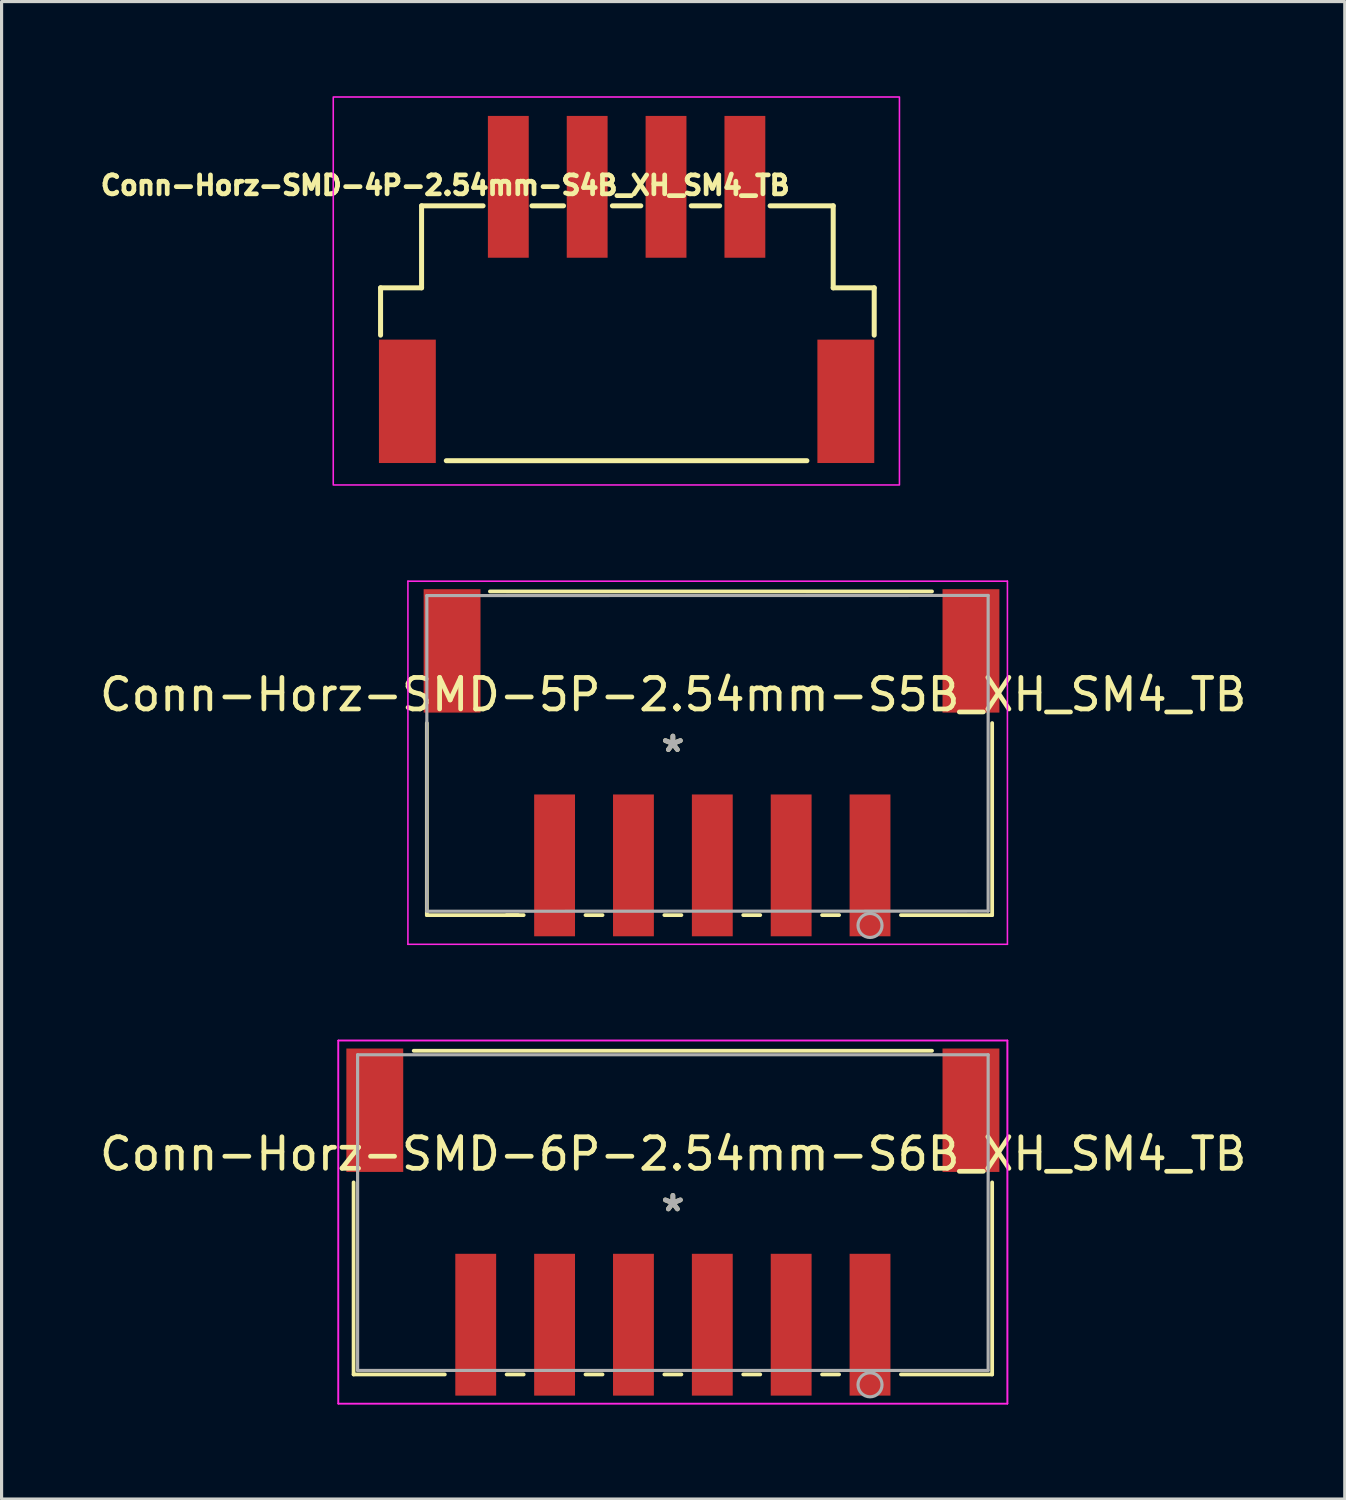
<source format=kicad_pcb>
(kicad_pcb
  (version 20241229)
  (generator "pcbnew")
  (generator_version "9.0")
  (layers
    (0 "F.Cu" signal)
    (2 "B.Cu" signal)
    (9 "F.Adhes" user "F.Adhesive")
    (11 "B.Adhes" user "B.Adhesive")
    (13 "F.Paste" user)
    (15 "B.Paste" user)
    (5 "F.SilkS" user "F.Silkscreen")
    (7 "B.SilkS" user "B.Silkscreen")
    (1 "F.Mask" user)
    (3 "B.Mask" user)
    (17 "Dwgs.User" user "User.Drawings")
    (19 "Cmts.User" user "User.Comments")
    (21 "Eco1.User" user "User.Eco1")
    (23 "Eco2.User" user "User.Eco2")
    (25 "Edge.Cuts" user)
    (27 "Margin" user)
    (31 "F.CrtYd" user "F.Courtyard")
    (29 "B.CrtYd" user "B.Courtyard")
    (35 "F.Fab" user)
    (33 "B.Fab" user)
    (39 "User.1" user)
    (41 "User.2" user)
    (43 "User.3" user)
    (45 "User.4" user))
  (footprint "Conn-Horz-SMD-4P-2.54mm-S4B_XH_SM4_TB"
    (layer "F.Cu")
    (at 16.815 6.425)
    (property "Reference" "Conn-Horz-SMD-4P-2.54mm-S4B_XH_SM4_TB" (at -5.75 -3.6 0) (layer "F.SilkS") (effects (font (size 0.6 0.6) (thickness 0.15))))
    (attr smd)
    (fp_line (start -7.8 -0.35) (end -7.8 1.15) (stroke (width 0.159) (type solid)) (layer "F.SilkS"))
    (fp_line (start -7.8 -0.35) (end -6.5 -0.35) (stroke (width 0.159) (type solid)) (layer "F.SilkS"))
    (fp_line (start -6.5 -2.95) (end -4.55 -2.95) (stroke (width 0.159) (type solid)) (layer "F.SilkS"))
    (fp_line (start -6.5 -0.35) (end -6.5 -2.95) (stroke (width 0.159) (type solid)) (layer "F.SilkS"))
    (fp_line (start -5.716 5.131) (end 5.716 5.131) (stroke (width 0.159) (type solid)) (layer "F.SilkS"))
    (fp_line (start -3 -2.95) (end -2 -2.95) (stroke (width 0.159) (type solid)) (layer "F.SilkS"))
    (fp_line (start -0.45 -2.95) (end 0.45 -2.95) (stroke (width 0.159) (type solid)) (layer "F.SilkS"))
    (fp_line (start 2.05 -2.95) (end 2.95 -2.95) (stroke (width 0.159) (type solid)) (layer "F.SilkS"))
    (fp_line (start 6.55 -2.95) (end 4.55 -2.95) (stroke (width 0.159) (type solid)) (layer "F.SilkS"))
    (fp_line (start 6.55 -0.35) (end 6.55 -2.95) (stroke (width 0.159) (type solid)) (layer "F.SilkS"))
    (fp_line (start 7.85 -0.35) (end 6.55 -0.35) (stroke (width 0.159) (type solid)) (layer "F.SilkS"))
    (fp_line (start 7.85 -0.35) (end 7.85 1.15) (stroke (width 0.159) (type solid)) (layer "F.SilkS"))
    (fp_rect (start -9.3 -6.4) (end 8.65 5.9) (stroke (width 0.05) (type solid)) (fill no) (layer "F.CrtYd"))
    (pad "1" smd rect (at -3.75 -3.552) (size 1.295 4.496) (layers "F.Cu" "F.Mask" "F.Paste"))
    (pad "2" smd rect (at -1.25 -3.552) (size 1.295 4.496) (layers "F.Cu" "F.Mask" "F.Paste"))
    (pad "3" smd rect (at 1.25 -3.552) (size 1.295 4.496) (layers "F.Cu" "F.Mask" "F.Paste"))
    (pad "4" smd rect (at 3.75 -3.552) (size 1.295 4.496) (layers "F.Cu" "F.Mask" "F.Paste"))
    (pad "S" smd rect (at -6.95 3.248 90) (size 3.912 1.803) (layers "F.Cu" "F.Mask" "F.Paste"))
    (pad "S" smd rect (at 6.95 3.248 90) (size 3.912 1.803) (layers "F.Cu" "F.Mask" "F.Paste")))
  (footprint "Conn-Horz-SMD-6P-2.54mm-S6B_XH_SM4_TB"
    (layer "F.Cu")
    (at 18.282 35.993)
    (property "Reference" "Conn-Horz-SMD-6P-2.54mm-S6B_XH_SM4_TB" (at 0.01 -2.46 180) (layer "F.SilkS") (effects (font (size 1 1) (thickness 0.15))))
    (attr through_hole)
    (fp_line (start -10.122 -1.558) (end -10.122 4.531) (stroke (width 0.12) (type solid)) (layer "F.SilkS"))
    (fp_line (start -10.122 4.531) (end -7.23 4.531) (stroke (width 0.12) (type solid)) (layer "F.SilkS"))
    (fp_line (start -5.27 4.531) (end -4.73 4.531) (stroke (width 0.12) (type solid)) (layer "F.SilkS"))
    (fp_line (start -2.77 4.531) (end -2.23 4.531) (stroke (width 0.12) (type solid)) (layer "F.SilkS"))
    (fp_line (start -0.27 4.531) (end 0.27 4.531) (stroke (width 0.12) (type solid)) (layer "F.SilkS"))
    (fp_line (start 2.23 4.531) (end 2.77 4.531) (stroke (width 0.12) (type solid)) (layer "F.SilkS"))
    (fp_line (start 4.73 4.531) (end 5.27 4.531) (stroke (width 0.12) (type solid)) (layer "F.SilkS"))
    (fp_line (start 7.23 4.531) (end 10.122 4.531) (stroke (width 0.12) (type solid)) (layer "F.SilkS"))
    (fp_line (start 8.216 -5.731) (end -8.216 -5.731) (stroke (width 0.12) (type solid)) (layer "F.SilkS"))
    (fp_line (start 10.122 4.531) (end 10.122 -1.558) (stroke (width 0.12) (type solid)) (layer "F.SilkS"))
    (fp_line (start -10.606 -6.056) (end -10.606 5.456) (stroke (width 0.05) (type solid)) (layer "F.CrtYd"))
    (fp_line (start -10.606 -6.056) (end -10.606 5.456) (stroke (width 0.05) (type solid)) (layer "F.CrtYd"))
    (fp_line (start -10.606 5.456) (end 10.606 5.456) (stroke (width 0.05) (type solid)) (layer "F.CrtYd"))
    (fp_line (start -10.606 5.456) (end 10.606 5.456) (stroke (width 0.05) (type solid)) (layer "F.CrtYd"))
    (fp_line (start 10.606 -6.056) (end -10.606 -6.056) (stroke (width 0.05) (type solid)) (layer "F.CrtYd"))
    (fp_line (start 10.606 -6.056) (end -10.606 -6.056) (stroke (width 0.05) (type solid)) (layer "F.CrtYd"))
    (fp_line (start 10.606 5.456) (end 10.606 -6.056) (stroke (width 0.05) (type solid)) (layer "F.CrtYd"))
    (fp_line (start 10.606 5.456) (end 10.606 -6.056) (stroke (width 0.05) (type solid)) (layer "F.CrtYd"))
    (fp_line (start -9.995 -5.604) (end -9.995 4.404) (stroke (width 0.1) (type solid)) (layer "F.Fab"))
    (fp_line (start -9.995 4.404) (end 9.995 4.404) (stroke (width 0.1) (type solid)) (layer "F.Fab"))
    (fp_line (start 9.995 -5.604) (end -9.995 -5.604) (stroke (width 0.1) (type solid)) (layer "F.Fab"))
    (fp_line (start 9.995 4.404) (end 9.995 -5.604) (stroke (width 0.1) (type solid)) (layer "F.Fab"))
    (fp_circle (center 6.25 4.859) (end 5.869 4.859) (stroke (width 0.1) (type solid)) (fill no) (layer "F.Fab"))
    (fp_text user "*" (at 0 -0.6 180) (layer "F.SilkS") (effects (font (size 1 1) (thickness 0.15))))
    (fp_text user "*" (at 0 -0.6 180) (layer "F.Fab") (effects (font (size 1 1) (thickness 0.15))))
    (pad "1" smd rect (at 6.25 2.954 180) (size 1.295 4.496) (layers "F.Cu" "F.Mask" "F.Paste"))
    (pad "2" smd rect (at 3.75 2.954 180) (size 1.295 4.496) (layers "F.Cu" "F.Mask" "F.Paste"))
    (pad "3" smd rect (at 1.25 2.954 180) (size 1.295 4.496) (layers "F.Cu" "F.Mask" "F.Paste"))
    (pad "4" smd rect (at -1.25 2.954 180) (size 1.295 4.496) (layers "F.Cu" "F.Mask" "F.Paste"))
    (pad "5" smd rect (at -3.75 2.954 180) (size 1.295 4.496) (layers "F.Cu" "F.Mask" "F.Paste"))
    (pad "6" smd rect (at -6.25 2.954 180) (size 1.295 4.496) (layers "F.Cu" "F.Mask" "F.Paste"))
    (pad "S" smd rect (at -9.45 -3.846 180) (size 1.803 3.912) (layers "F.Cu" "F.Mask" "F.Paste"))
    (pad "S" smd rect (at 9.45 -3.846 180) (size 1.803 3.912) (layers "F.Cu" "F.Mask" "F.Paste")))
  (footprint "Conn-Horz-SMD-5P-2.54mm-S5B_XH_SM4_TB"
    (layer "F.Cu")
    (at 18.282 21.431)
    (property "Reference" "Conn-Horz-SMD-5P-2.54mm-S5B_XH_SM4_TB" (at 0.01 -2.46 180) (layer "F.SilkS") (effects (font (size 1 1) (thickness 0.15))))
    (attr through_hole)
    (fp_line (start -7.8 -1.558) (end -7.8 4.531) (stroke (width 0.12) (type solid)) (layer "F.SilkS"))
    (fp_line (start -7.8 4.531) (end -4.909 4.531) (stroke (width 0.12) (type solid)) (layer "F.SilkS"))
    (fp_line (start -5.27 4.531) (end -4.73 4.531) (stroke (width 0.12) (type solid)) (layer "F.SilkS"))
    (fp_line (start -2.77 4.531) (end -2.23 4.531) (stroke (width 0.12) (type solid)) (layer "F.SilkS"))
    (fp_line (start -0.27 4.531) (end 0.27 4.531) (stroke (width 0.12) (type solid)) (layer "F.SilkS"))
    (fp_line (start 2.23 4.531) (end 2.77 4.531) (stroke (width 0.12) (type solid)) (layer "F.SilkS"))
    (fp_line (start 4.73 4.531) (end 5.27 4.531) (stroke (width 0.12) (type solid)) (layer "F.SilkS"))
    (fp_line (start 7.23 4.531) (end 10.122 4.531) (stroke (width 0.12) (type solid)) (layer "F.SilkS"))
    (fp_line (start 8.216 -5.731) (end -5.8 -5.731) (stroke (width 0.12) (type solid)) (layer "F.SilkS"))
    (fp_line (start 10.122 4.531) (end 10.122 -1.558) (stroke (width 0.12) (type solid)) (layer "F.SilkS"))
    (fp_line (start -8.4 -6.056) (end -8.4 5.456) (stroke (width 0.05) (type solid)) (layer "F.CrtYd"))
    (fp_line (start -8.4 5.456) (end 10.606 5.456) (stroke (width 0.05) (type solid)) (layer "F.CrtYd"))
    (fp_line (start 10.606 -6.056) (end -8.4 -6.056) (stroke (width 0.05) (type solid)) (layer "F.CrtYd"))
    (fp_line (start 10.606 5.456) (end 10.606 -6.056) (stroke (width 0.05) (type solid)) (layer "F.CrtYd"))
    (fp_line (start -7.8 -5.6) (end -7.8 4.408) (stroke (width 0.1) (type solid)) (layer "F.Fab"))
    (fp_line (start -7.8 4.408) (end 9.995 4.404) (stroke (width 0.1) (type solid)) (layer "F.Fab"))
    (fp_line (start 9.995 -5.604) (end -7.8 -5.6) (stroke (width 0.1) (type solid)) (layer "F.Fab"))
    (fp_line (start 9.995 4.404) (end 9.995 -5.604) (stroke (width 0.1) (type solid)) (layer "F.Fab"))
    (fp_circle (center 6.25 4.859) (end 5.869 4.859) (stroke (width 0.1) (type solid)) (fill no) (layer "F.Fab"))
    (fp_text user "*" (at 0 -0.6 180) (layer "F.SilkS") (effects (font (size 1 1) (thickness 0.15))))
    (fp_text user "*" (at 0 -0.6 180) (layer "F.Fab") (effects (font (size 1 1) (thickness 0.15))))
    (pad "1" smd rect (at 6.25 2.954 180) (size 1.295 4.496) (layers "F.Cu" "F.Mask" "F.Paste"))
    (pad "2" smd rect (at 3.75 2.954 180) (size 1.295 4.496) (layers "F.Cu" "F.Mask" "F.Paste"))
    (pad "3" smd rect (at 1.25 2.954 180) (size 1.295 4.496) (layers "F.Cu" "F.Mask" "F.Paste"))
    (pad "4" smd rect (at -1.25 2.954 180) (size 1.295 4.496) (layers "F.Cu" "F.Mask" "F.Paste"))
    (pad "5" smd rect (at -3.75 2.954 180) (size 1.295 4.496) (layers "F.Cu" "F.Mask" "F.Paste"))
    (pad "S" smd rect (at -7 -3.846 180) (size 1.803 3.912) (layers "F.Cu" "F.Mask" "F.Paste"))
    (pad "S" smd rect (at 9.45 -3.846 180) (size 1.803 3.912) (layers "F.Cu" "F.Mask" "F.Paste")))
  (gr_rect
    (start -3 -3)
    (end 39.583 44.473)
    (stroke (width 0.1) (type default))
    (fill no)
    (layer "Edge.Cuts")))
</source>
